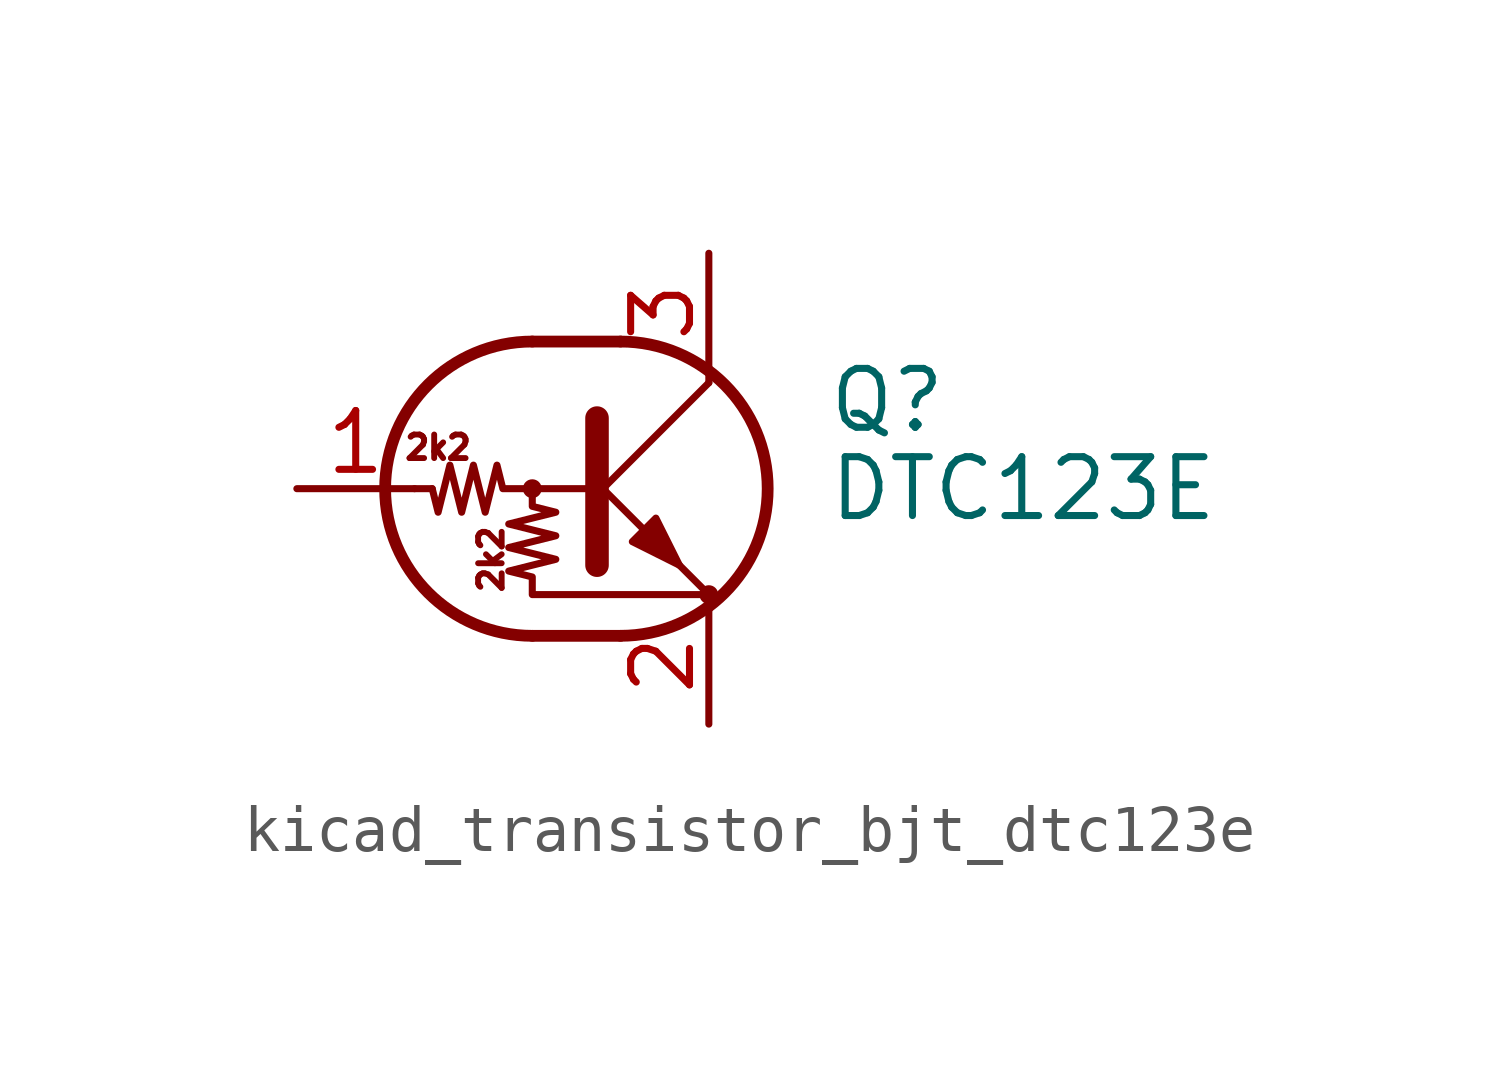
<source format=kicad_sym>
(kicad_symbol_lib
  (version 20220914)
  (generator kicad_symbol_editor)
  (symbol "kicad_transistor_bjt_dtc123e"
    (pin_names
      (offset 0) hide)
    (property "Reference" "Q"
      (at 5.08 1.905 0)
      (effects (font (size 1.27 1.27)) (justify left)))
    (property "Value" "DTC123E"
      (at 5.08 0 0)
      (effects (font (size 1.27 1.27)) (justify left)))
    (symbol "kicad_transistor_bjt_dtc123e_0_0"
      (text "2k2" (at -3.302 0.889 0) (effects (font (size 0.508 0.508))))
      (text "2k2" (at -2.159 -1.524 900) (effects (font (size 0.508 0.508)))))
    (symbol "kicad_transistor_bjt_dtc123e_0_1"
      (circle (center -1.27 0) (radius 0.127) (stroke (width 0) (type default)) (fill (type none)))
      (arc (start -1.27 3.175) (mid -4.4312 0) (end -1.27 -3.175) (stroke (width 0.254) (type default)) (fill (type none)))
      (polyline (pts (xy -3.429 0) (xy -3.81 0)) (stroke (width 0) (type default)) (fill (type none)))
      (polyline (pts (xy -1.27 -3.175) (xy 0.635 -3.175)) (stroke (width 0.254) (type default)) (fill (type none)))
      (polyline (pts (xy -1.27 3.175) (xy 0.635 3.175)) (stroke (width 0.254) (type default)) (fill (type none)))
      (polyline (pts (xy 0 -0.254) (xy 2.54 2.286)) (stroke (width 0) (type default)) (fill (type none)))
      (polyline (pts (xy 0.127 1.524) (xy 0.127 -1.651)) (stroke (width 0.508) (type default)) (fill (type outline)))
      (polyline (pts (xy 2.54 2.286) (xy 2.54 2.54)) (stroke (width 0) (type default)) (fill (type none)))
      (polyline (pts (xy 2.54 -2.286) (xy 0 0.254) (xy 0 0.254)) (stroke (width 0) (type default)) (fill (type none)))
      (polyline (pts (xy 0.889 -1.143) (xy 1.397 -0.635) (xy 1.905 -1.651) (xy 0.889 -1.143)) (stroke (width 0) (type default)) (fill (type outline)))
      (polyline (pts (xy 0 0) (xy -1.905 0) (xy -2.032 0.508) (xy -2.286 -0.508) (xy -2.54 0.508) (xy -2.794 -0.508) (xy -3.048 0.508) (xy -3.302 -0.508) (xy -3.429 0)) (stroke (width 0) (type default)) (fill (type none)))
      (polyline (pts (xy -1.27 0) (xy -1.27 -0.381) (xy -0.762 -0.508) (xy -1.778 -0.762) (xy -0.762 -1.016) (xy -1.778 -1.27) (xy -0.762 -1.524) (xy -1.778 -1.778) (xy -1.27 -1.905) (xy -1.27 -2.286) (xy 2.54 -2.286)) (stroke (width 0) (type default)) (fill (type none)))
      (arc (start 0.635 -3.175) (mid 3.7962 0) (end 0.635 3.175) (stroke (width 0.254) (type default)) (fill (type none)))
      (circle (center 2.54 -2.286) (radius 0.127) (stroke (width 0) (type default)) (fill (type none))))
    (symbol "kicad_transistor_bjt_dtc123e_1_1"
      (pin input line (at -6.35 0 0) (length 2.54) (name "B" (effects (font (size 1.27 1.27)))) (number "1" (effects (font (size 1.27 1.27)))))
      (pin passive line (at 2.54 -5.08 90) (length 2.54) (name "E" (effects (font (size 1.27 1.27)))) (number "2" (effects (font (size 1.27 1.27)))))
      (pin passive line (at 2.54 5.08 270) (length 2.54) (name "C" (effects (font (size 1.27 1.27)))) (number "3" (effects (font (size 1.27 1.27))))))))
</source>
